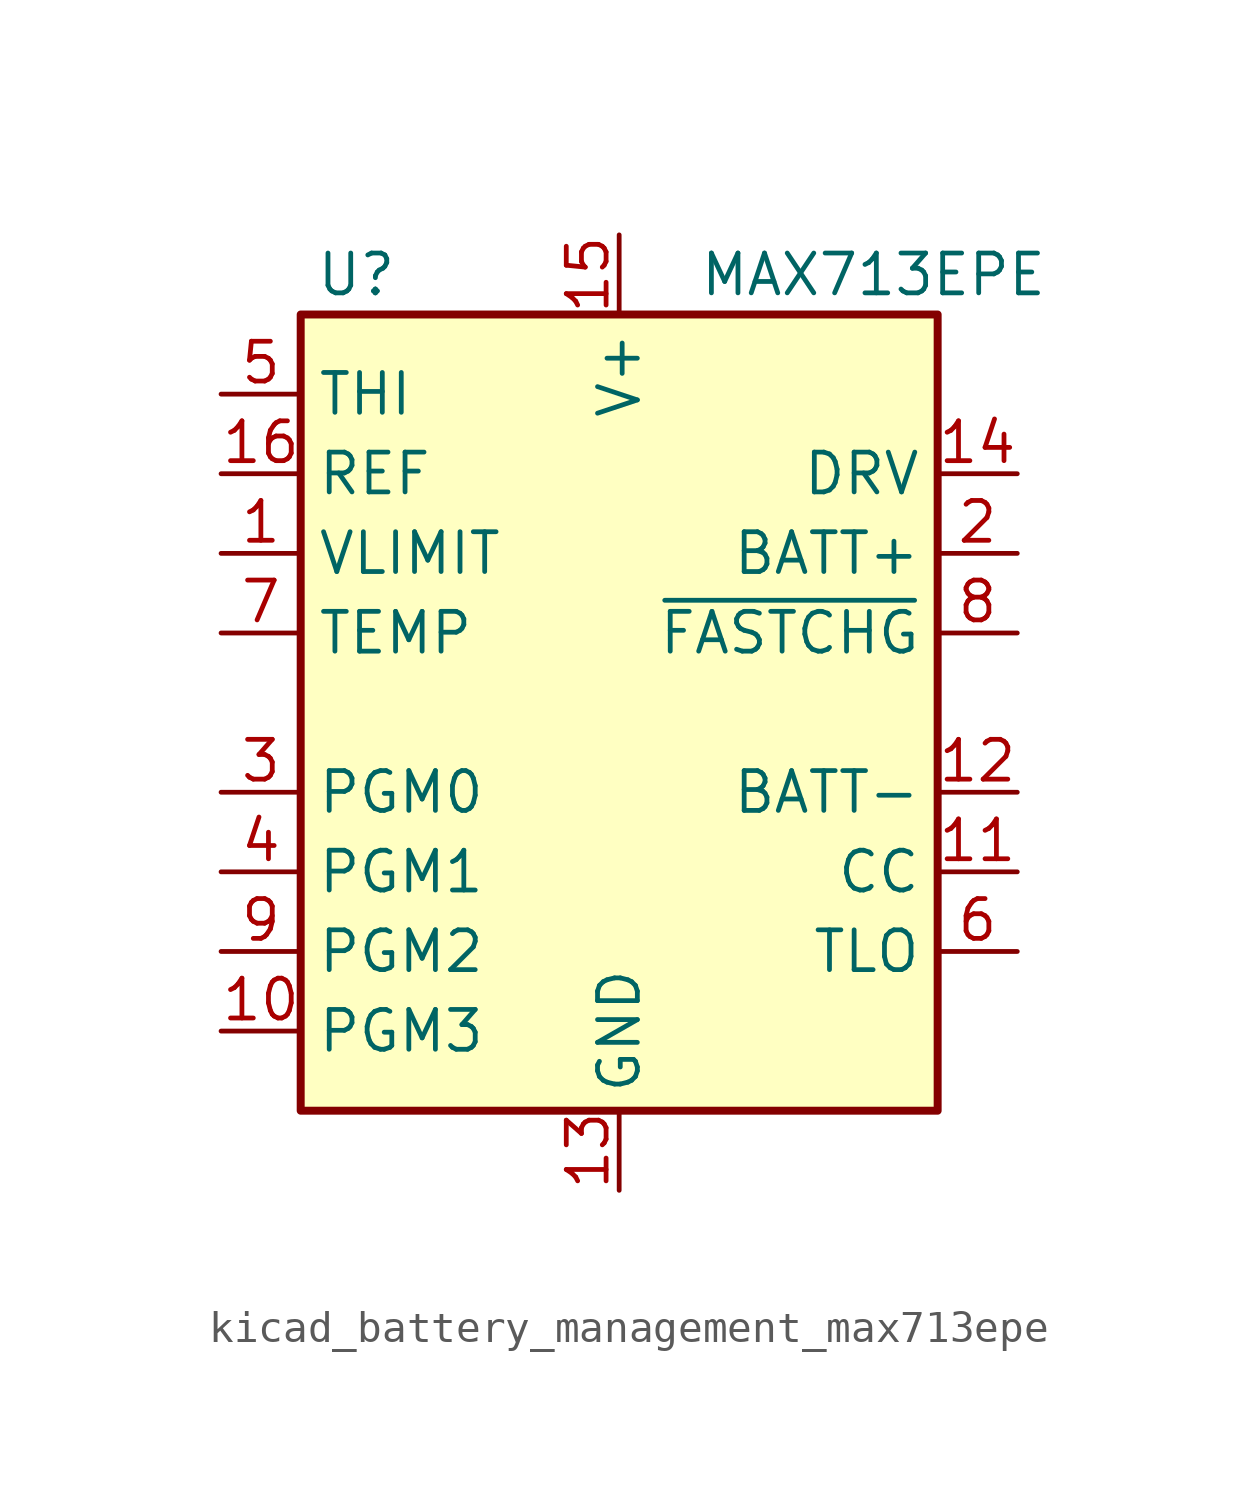
<source format=kicad_sym>
(kicad_symbol_lib
  (version 20220914)
  (generator kicad_symbol_editor)
  (symbol "kicad_battery_management_max713epe"
    (property "Reference" "U"
      (at -8.382 13.97 0)
      (effects (font (size 1.27 1.27))))
    (property "Value" "MAX713EPE"
      (at 2.54 13.97 0)
      (effects (font (size 1.27 1.27)) (justify left)))
    (symbol "kicad_battery_management_max713epe_0_1"
      (rectangle (start -10.16 12.7) (end 10.16 -12.7) (stroke (width 0.254) (type default)) (fill (type background))))
    (symbol "kicad_battery_management_max713epe_1_1"
      (pin input line (at -12.7 5.08 0) (length 2.54) (name "VLIMIT" (effects (font (size 1.27 1.27)))) (number "1" (effects (font (size 1.27 1.27)))))
      (pin input line (at -12.7 -10.16 0) (length 2.54) (name "PGM3" (effects (font (size 1.27 1.27)))) (number "10" (effects (font (size 1.27 1.27)))))
      (pin input line (at 12.7 -5.08 180) (length 2.54) (name "CC" (effects (font (size 1.27 1.27)))) (number "11" (effects (font (size 1.27 1.27)))))
      (pin input line (at 12.7 -2.54 180) (length 2.54) (name "BATT-" (effects (font (size 1.27 1.27)))) (number "12" (effects (font (size 1.27 1.27)))))
      (pin power_in line (at 0 -15.24 90) (length 2.54) (name "GND" (effects (font (size 1.27 1.27)))) (number "13" (effects (font (size 1.27 1.27)))))
      (pin output line (at 12.7 7.62 180) (length 2.54) (name "DRV" (effects (font (size 1.27 1.27)))) (number "14" (effects (font (size 1.27 1.27)))))
      (pin power_in line (at 0 15.24 270) (length 2.54) (name "V+" (effects (font (size 1.27 1.27)))) (number "15" (effects (font (size 1.27 1.27)))))
      (pin power_in line (at -12.7 7.62 0) (length 2.54) (name "REF" (effects (font (size 1.27 1.27)))) (number "16" (effects (font (size 1.27 1.27)))))
      (pin input line (at 12.7 5.08 180) (length 2.54) (name "BATT+" (effects (font (size 1.27 1.27)))) (number "2" (effects (font (size 1.27 1.27)))))
      (pin input line (at -12.7 -2.54 0) (length 2.54) (name "PGM0" (effects (font (size 1.27 1.27)))) (number "3" (effects (font (size 1.27 1.27)))))
      (pin input line (at -12.7 -5.08 0) (length 2.54) (name "PGM1" (effects (font (size 1.27 1.27)))) (number "4" (effects (font (size 1.27 1.27)))))
      (pin input line (at -12.7 10.16 0) (length 2.54) (name "THI" (effects (font (size 1.27 1.27)))) (number "5" (effects (font (size 1.27 1.27)))))
      (pin input line (at 12.7 -7.62 180) (length 2.54) (name "TLO" (effects (font (size 1.27 1.27)))) (number "6" (effects (font (size 1.27 1.27)))))
      (pin input line (at -12.7 2.54 0) (length 2.54) (name "TEMP" (effects (font (size 1.27 1.27)))) (number "7" (effects (font (size 1.27 1.27)))))
      (pin open_collector line (at 12.7 2.54 180) (length 2.54) (name "~{FASTCHG}" (effects (font (size 1.27 1.27)))) (number "8" (effects (font (size 1.27 1.27)))))
      (pin input line (at -12.7 -7.62 0) (length 2.54) (name "PGM2" (effects (font (size 1.27 1.27)))) (number "9" (effects (font (size 1.27 1.27))))))))
</source>
